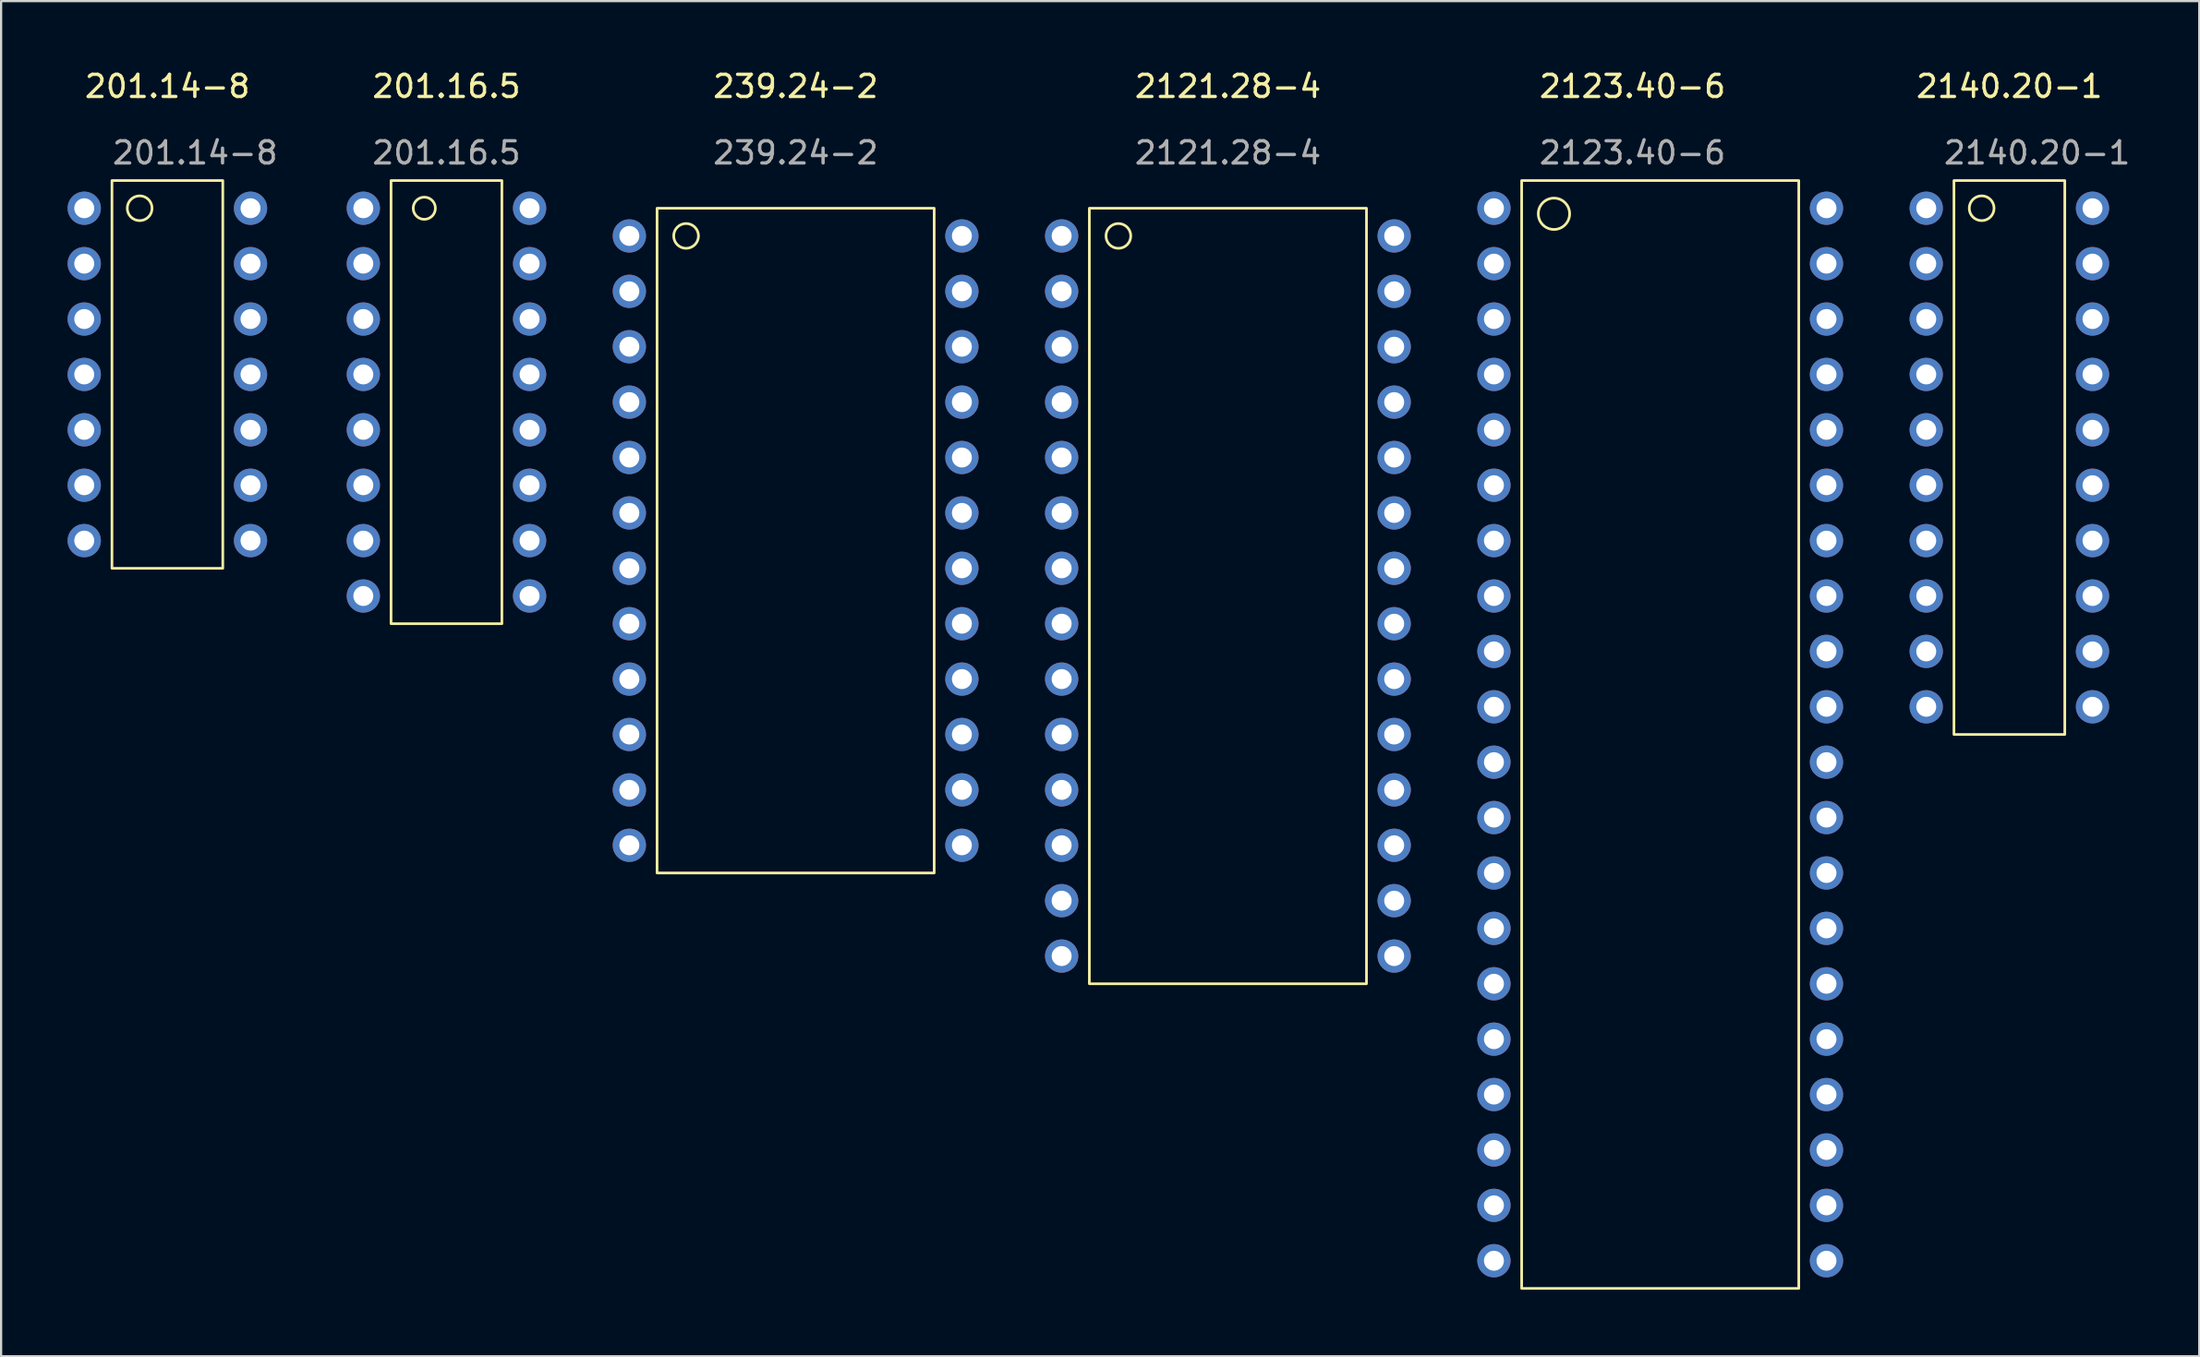
<source format=kicad_pcb>
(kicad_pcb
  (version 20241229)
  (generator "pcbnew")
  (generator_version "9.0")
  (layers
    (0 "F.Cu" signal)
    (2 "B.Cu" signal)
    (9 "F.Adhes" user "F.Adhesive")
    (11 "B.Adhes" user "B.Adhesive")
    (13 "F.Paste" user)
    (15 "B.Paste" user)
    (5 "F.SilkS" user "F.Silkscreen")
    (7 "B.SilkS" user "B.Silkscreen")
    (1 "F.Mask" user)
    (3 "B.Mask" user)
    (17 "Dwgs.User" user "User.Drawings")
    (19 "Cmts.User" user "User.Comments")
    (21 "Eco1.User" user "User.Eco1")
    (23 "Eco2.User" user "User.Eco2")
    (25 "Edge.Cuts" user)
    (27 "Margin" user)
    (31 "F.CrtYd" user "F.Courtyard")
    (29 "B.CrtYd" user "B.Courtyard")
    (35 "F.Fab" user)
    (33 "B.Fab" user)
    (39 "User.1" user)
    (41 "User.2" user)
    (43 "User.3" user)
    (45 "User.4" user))
  (footprint "2140.20-1"
    (layer "F.Cu")
    (at 87.589 1.348)
    (property "Reference" "2140.20-1" (at 0 -0.5 0) (unlocked yes) (layer "F.SilkS") (effects (font (size 1 1) (thickness 0.15))))
    (attr through_hole)
    (fp_rect (start -2.5 3.75) (end 2.5 28.75) (stroke (width 0.12) (type solid)) (fill no) (layer "F.SilkS"))
    (fp_circle (center -1.25 5) (end -0.75 5.25) (stroke (width 0.12) (type solid)) (fill no) (layer "F.SilkS"))
    (fp_text user "${REFERENCE}" (at 1.25 2.5 0) (unlocked yes) (layer "F.Fab") (effects (font (size 1 1) (thickness 0.15))))
    (pad "1" thru_hole circle (at -3.75 5) (size 1.5 1.5) (drill 0.9) (layers "*.Cu" "*.Mask"))
    (pad "2" thru_hole circle (at -3.75 7.5) (size 1.5 1.5) (drill 0.9) (layers "*.Cu" "*.Mask"))
    (pad "3" thru_hole circle (at -3.75 10) (size 1.5 1.5) (drill 0.9) (layers "*.Cu" "*.Mask"))
    (pad "4" thru_hole circle (at -3.75 12.5) (size 1.5 1.5) (drill 0.9) (layers "*.Cu" "*.Mask"))
    (pad "5" thru_hole circle (at -3.75 15) (size 1.5 1.5) (drill 0.9) (layers "*.Cu" "*.Mask"))
    (pad "6" thru_hole circle (at -3.75 17.5) (size 1.5 1.5) (drill 0.9) (layers "*.Cu" "*.Mask"))
    (pad "7" thru_hole circle (at -3.75 20) (size 1.5 1.5) (drill 0.9) (layers "*.Cu" "*.Mask"))
    (pad "8" thru_hole circle (at -3.75 22.5) (size 1.5 1.5) (drill 0.9) (layers "*.Cu" "*.Mask"))
    (pad "9" thru_hole circle (at -3.75 25) (size 1.5 1.5) (drill 0.9) (layers "*.Cu" "*.Mask"))
    (pad "10" thru_hole circle (at -3.75 27.5) (size 1.5 1.5) (drill 0.9) (layers "*.Cu" "*.Mask"))
    (pad "11" thru_hole circle (at 3.75 27.5) (size 1.5 1.5) (drill 0.9) (layers "*.Cu" "*.Mask"))
    (pad "12" thru_hole circle (at 3.75 25) (size 1.5 1.5) (drill 0.9) (layers "*.Cu" "*.Mask"))
    (pad "13" thru_hole circle (at 3.75 22.5) (size 1.5 1.5) (drill 0.9) (layers "*.Cu" "*.Mask"))
    (pad "14" thru_hole circle (at 3.75 20) (size 1.5 1.5) (drill 0.9) (layers "*.Cu" "*.Mask"))
    (pad "15" thru_hole circle (at 3.75 17.5) (size 1.5 1.5) (drill 0.9) (layers "*.Cu" "*.Mask"))
    (pad "16" thru_hole circle (at 3.75 15) (size 1.5 1.5) (drill 0.9) (layers "*.Cu" "*.Mask"))
    (pad "17" thru_hole circle (at 3.75 12.5) (size 1.5 1.5) (drill 0.9) (layers "*.Cu" "*.Mask"))
    (pad "18" thru_hole circle (at 3.75 10) (size 1.5 1.5) (drill 0.9) (layers "*.Cu" "*.Mask"))
    (pad "19" thru_hole circle (at 3.75 7.5) (size 1.5 1.5) (drill 0.9) (layers "*.Cu" "*.Mask"))
    (pad "20" thru_hole circle (at 3.75 5) (size 1.5 1.5) (drill 0.9) (layers "*.Cu" "*.Mask")))
  (footprint "239.24-2"
    (layer "F.Cu")
    (at 32.839 1.348)
    (property "Reference" "239.24-2" (at 0 -0.5 0) (unlocked yes) (layer "F.SilkS") (effects (font (size 1 1) (thickness 0.15))))
    (attr through_hole)
    (fp_rect (start -6.25 5) (end 6.25 35) (stroke (width 0.12) (type solid)) (fill no) (layer "F.SilkS"))
    (fp_circle (center -4.941 6.25) (end -4.691 6.75) (stroke (width 0.12) (type solid)) (fill no) (layer "F.SilkS"))
    (fp_text user "${REFERENCE}" (at 0 2.5 0) (unlocked yes) (layer "F.Fab") (effects (font (size 1 1) (thickness 0.15))))
    (pad "1" thru_hole circle (at -7.5 6.25) (size 1.5 1.5) (drill 0.9) (layers "*.Cu" "*.Mask"))
    (pad "2" thru_hole circle (at -7.5 8.75) (size 1.5 1.5) (drill 0.9) (layers "*.Cu" "*.Mask"))
    (pad "3" thru_hole circle (at -7.5 11.25) (size 1.5 1.5) (drill 0.9) (layers "*.Cu" "*.Mask"))
    (pad "4" thru_hole circle (at -7.5 13.75) (size 1.5 1.5) (drill 0.9) (layers "*.Cu" "*.Mask"))
    (pad "5" thru_hole circle (at -7.5 16.25) (size 1.5 1.5) (drill 0.9) (layers "*.Cu" "*.Mask"))
    (pad "6" thru_hole circle (at -7.5 18.75) (size 1.5 1.5) (drill 0.9) (layers "*.Cu" "*.Mask"))
    (pad "7" thru_hole circle (at -7.5 21.25) (size 1.5 1.5) (drill 0.9) (layers "*.Cu" "*.Mask"))
    (pad "8" thru_hole circle (at -7.5 23.75) (size 1.5 1.5) (drill 0.9) (layers "*.Cu" "*.Mask"))
    (pad "9" thru_hole circle (at -7.5 26.25) (size 1.5 1.5) (drill 0.9) (layers "*.Cu" "*.Mask"))
    (pad "10" thru_hole circle (at -7.5 28.75) (size 1.5 1.5) (drill 0.9) (layers "*.Cu" "*.Mask"))
    (pad "11" thru_hole circle (at -7.5 31.25) (size 1.5 1.5) (drill 0.9) (layers "*.Cu" "*.Mask"))
    (pad "12" thru_hole circle (at -7.5 33.75) (size 1.5 1.5) (drill 0.9) (layers "*.Cu" "*.Mask"))
    (pad "13" thru_hole circle (at 7.5 33.75) (size 1.5 1.5) (drill 0.9) (layers "*.Cu" "*.Mask"))
    (pad "14" thru_hole circle (at 7.5 31.25) (size 1.5 1.5) (drill 0.9) (layers "*.Cu" "*.Mask"))
    (pad "15" thru_hole circle (at 7.5 28.75) (size 1.5 1.5) (drill 0.9) (layers "*.Cu" "*.Mask"))
    (pad "16" thru_hole circle (at 7.5 26.25) (size 1.5 1.5) (drill 0.9) (layers "*.Cu" "*.Mask"))
    (pad "17" thru_hole circle (at 7.5 23.75) (size 1.5 1.5) (drill 0.9) (layers "*.Cu" "*.Mask"))
    (pad "18" thru_hole circle (at 7.5 21.25) (size 1.5 1.5) (drill 0.9) (layers "*.Cu" "*.Mask"))
    (pad "19" thru_hole circle (at 7.5 18.75) (size 1.5 1.5) (drill 0.9) (layers "*.Cu" "*.Mask"))
    (pad "20" thru_hole circle (at 7.5 16.25) (size 1.5 1.5) (drill 0.9) (layers "*.Cu" "*.Mask"))
    (pad "21" thru_hole circle (at 7.5 13.75) (size 1.5 1.5) (drill 0.9) (layers "*.Cu" "*.Mask"))
    (pad "22" thru_hole circle (at 7.5 11.25) (size 1.5 1.5) (drill 0.9) (layers "*.Cu" "*.Mask"))
    (pad "23" thru_hole circle (at 7.5 8.75) (size 1.5 1.5) (drill 0.9) (layers "*.Cu" "*.Mask"))
    (pad "24" thru_hole circle (at 7.5 6.25) (size 1.5 1.5) (drill 0.9) (layers "*.Cu" "*.Mask")))
  (footprint "201.16.5"
    (layer "F.Cu")
    (at 17.089 1.348)
    (property "Reference" "201.16.5" (at 0 -0.5 0) (unlocked yes) (layer "F.SilkS") (effects (font (size 1 1) (thickness 0.15))))
    (attr through_hole)
    (fp_rect (start -2.5 3.75) (end 2.5 23.75) (stroke (width 0.12) (type solid)) (fill no) (layer "F.SilkS"))
    (fp_circle (center -1 5) (end -1 5.5) (stroke (width 0.12) (type solid)) (fill no) (layer "F.SilkS"))
    (fp_text user "${REFERENCE}" (at 0 2.5 0) (unlocked yes) (layer "F.Fab") (effects (font (size 1 1) (thickness 0.15))))
    (pad "1" thru_hole circle (at -3.75 5) (size 1.5 1.5) (drill 0.9) (layers "*.Cu" "*.Mask"))
    (pad "2" thru_hole circle (at -3.75 7.5) (size 1.5 1.5) (drill 0.9) (layers "*.Cu" "*.Mask"))
    (pad "3" thru_hole circle (at -3.75 10) (size 1.5 1.5) (drill 0.9) (layers "*.Cu" "*.Mask"))
    (pad "4" thru_hole circle (at -3.75 12.5) (size 1.5 1.5) (drill 0.9) (layers "*.Cu" "*.Mask"))
    (pad "5" thru_hole circle (at -3.75 15) (size 1.5 1.5) (drill 0.9) (layers "*.Cu" "*.Mask"))
    (pad "6" thru_hole circle (at -3.75 17.5) (size 1.5 1.5) (drill 0.9) (layers "*.Cu" "*.Mask"))
    (pad "7" thru_hole circle (at -3.75 20) (size 1.5 1.5) (drill 0.9) (layers "*.Cu" "*.Mask"))
    (pad "8" thru_hole circle (at -3.75 22.5) (size 1.5 1.5) (drill 0.9) (layers "*.Cu" "*.Mask"))
    (pad "9" thru_hole circle (at 3.75 22.5) (size 1.5 1.5) (drill 0.9) (layers "*.Cu" "*.Mask"))
    (pad "10" thru_hole circle (at 3.75 20) (size 1.5 1.5) (drill 0.9) (layers "*.Cu" "*.Mask"))
    (pad "11" thru_hole circle (at 3.75 17.5) (size 1.5 1.5) (drill 0.9) (layers "*.Cu" "*.Mask"))
    (pad "12" thru_hole circle (at 3.75 15) (size 1.5 1.5) (drill 0.9) (layers "*.Cu" "*.Mask"))
    (pad "13" thru_hole circle (at 3.75 12.5) (size 1.5 1.5) (drill 0.9) (layers "*.Cu" "*.Mask"))
    (pad "14" thru_hole circle (at 3.75 10) (size 1.5 1.5) (drill 0.9) (layers "*.Cu" "*.Mask"))
    (pad "15" thru_hole circle (at 3.75 7.5) (size 1.5 1.5) (drill 0.9) (layers "*.Cu" "*.Mask"))
    (pad "16" thru_hole circle (at 3.75 5) (size 1.5 1.5) (drill 0.9) (layers "*.Cu" "*.Mask")))
  (footprint "201.14-8"
    (layer "F.Cu")
    (at 4.5 1.348)
    (property "Reference" "201.14-8" (at 0 -0.5 0) (unlocked yes) (layer "F.SilkS") (effects (font (size 1 1) (thickness 0.15))))
    (attr through_hole)
    (fp_rect (start -2.5 3.75) (end 2.5 21.25) (stroke (width 0.12) (type solid)) (fill no) (layer "F.SilkS"))
    (fp_circle (center -1.25 5) (end -0.75 5.25) (stroke (width 0.12) (type solid)) (fill no) (layer "F.SilkS"))
    (fp_text user "${REFERENCE}" (at 1.25 2.5 0) (unlocked yes) (layer "F.Fab") (effects (font (size 1 1) (thickness 0.15))))
    (pad "1" thru_hole circle (at -3.75 5) (size 1.5 1.5) (drill 0.9) (layers "*.Cu" "*.Mask"))
    (pad "2" thru_hole circle (at -3.75 7.5) (size 1.5 1.5) (drill 0.9) (layers "*.Cu" "*.Mask"))
    (pad "3" thru_hole circle (at -3.75 10) (size 1.5 1.5) (drill 0.9) (layers "*.Cu" "*.Mask"))
    (pad "4" thru_hole circle (at -3.75 12.5) (size 1.5 1.5) (drill 0.9) (layers "*.Cu" "*.Mask"))
    (pad "5" thru_hole circle (at -3.75 15) (size 1.5 1.5) (drill 0.9) (layers "*.Cu" "*.Mask"))
    (pad "6" thru_hole circle (at -3.75 17.5) (size 1.5 1.5) (drill 0.9) (layers "*.Cu" "*.Mask"))
    (pad "7" thru_hole circle (at -3.75 20) (size 1.5 1.5) (drill 0.9) (layers "*.Cu" "*.Mask"))
    (pad "8" thru_hole circle (at 3.75 20) (size 1.5 1.5) (drill 0.9) (layers "*.Cu" "*.Mask"))
    (pad "9" thru_hole circle (at 3.75 17.5) (size 1.5 1.5) (drill 0.9) (layers "*.Cu" "*.Mask"))
    (pad "10" thru_hole circle (at 3.75 15) (size 1.5 1.5) (drill 0.9) (layers "*.Cu" "*.Mask"))
    (pad "11" thru_hole circle (at 3.75 12.5) (size 1.5 1.5) (drill 0.9) (layers "*.Cu" "*.Mask"))
    (pad "12" thru_hole circle (at 3.75 10) (size 1.5 1.5) (drill 0.9) (layers "*.Cu" "*.Mask"))
    (pad "13" thru_hole circle (at 3.75 7.5) (size 1.5 1.5) (drill 0.9) (layers "*.Cu" "*.Mask"))
    (pad "14" thru_hole circle (at 3.75 5) (size 1.5 1.5) (drill 0.9) (layers "*.Cu" "*.Mask")))
  (footprint "2121.28-4"
    (layer "F.Cu")
    (at 52.339 1.348)
    (property "Reference" "2121.28-4" (at 0 -0.5 0) (unlocked yes) (layer "F.SilkS") (effects (font (size 1 1) (thickness 0.15))))
    (attr through_hole)
    (fp_rect (start -6.25 5) (end 6.25 40) (stroke (width 0.12) (type solid)) (fill no) (layer "F.SilkS"))
    (fp_circle (center -4.941 6.25) (end -4.691 6.75) (stroke (width 0.12) (type solid)) (fill no) (layer "F.SilkS"))
    (fp_text user "${REFERENCE}" (at 0 2.5 0) (unlocked yes) (layer "F.Fab") (effects (font (size 1 1) (thickness 0.15))))
    (pad "1" thru_hole circle (at -7.5 6.25) (size 1.5 1.5) (drill 0.9) (layers "*.Cu" "*.Mask"))
    (pad "2" thru_hole circle (at -7.5 8.75) (size 1.5 1.5) (drill 0.9) (layers "*.Cu" "*.Mask"))
    (pad "3" thru_hole circle (at -7.5 11.25) (size 1.5 1.5) (drill 0.9) (layers "*.Cu" "*.Mask"))
    (pad "4" thru_hole circle (at -7.5 13.75) (size 1.5 1.5) (drill 0.9) (layers "*.Cu" "*.Mask"))
    (pad "5" thru_hole circle (at -7.5 16.25) (size 1.5 1.5) (drill 0.9) (layers "*.Cu" "*.Mask"))
    (pad "6" thru_hole circle (at -7.5 18.75) (size 1.5 1.5) (drill 0.9) (layers "*.Cu" "*.Mask"))
    (pad "7" thru_hole circle (at -7.5 21.25) (size 1.5 1.5) (drill 0.9) (layers "*.Cu" "*.Mask"))
    (pad "8" thru_hole circle (at -7.5 23.75) (size 1.5 1.5) (drill 0.9) (layers "*.Cu" "*.Mask"))
    (pad "9" thru_hole circle (at -7.5 26.25) (size 1.5 1.5) (drill 0.9) (layers "*.Cu" "*.Mask"))
    (pad "10" thru_hole circle (at -7.5 28.75) (size 1.5 1.5) (drill 0.9) (layers "*.Cu" "*.Mask"))
    (pad "11" thru_hole circle (at -7.5 31.25) (size 1.5 1.5) (drill 0.9) (layers "*.Cu" "*.Mask"))
    (pad "12" thru_hole circle (at -7.5 33.75) (size 1.5 1.5) (drill 0.9) (layers "*.Cu" "*.Mask"))
    (pad "13" thru_hole circle (at -7.5 36.25) (size 1.5 1.5) (drill 0.9) (layers "*.Cu" "*.Mask"))
    (pad "14" thru_hole circle (at -7.5 38.75) (size 1.5 1.5) (drill 0.9) (layers "*.Cu" "*.Mask"))
    (pad "15" thru_hole circle (at 7.5 38.75) (size 1.5 1.5) (drill 0.9) (layers "*.Cu" "*.Mask"))
    (pad "16" thru_hole circle (at 7.5 36.25) (size 1.5 1.5) (drill 0.9) (layers "*.Cu" "*.Mask"))
    (pad "17" thru_hole circle (at 7.5 33.75) (size 1.5 1.5) (drill 0.9) (layers "*.Cu" "*.Mask"))
    (pad "18" thru_hole circle (at 7.5 31.25) (size 1.5 1.5) (drill 0.9) (layers "*.Cu" "*.Mask"))
    (pad "19" thru_hole circle (at 7.5 28.75) (size 1.5 1.5) (drill 0.9) (layers "*.Cu" "*.Mask"))
    (pad "20" thru_hole circle (at 7.5 26.25) (size 1.5 1.5) (drill 0.9) (layers "*.Cu" "*.Mask"))
    (pad "21" thru_hole circle (at 7.5 23.75) (size 1.5 1.5) (drill 0.9) (layers "*.Cu" "*.Mask"))
    (pad "22" thru_hole circle (at 7.5 21.25) (size 1.5 1.5) (drill 0.9) (layers "*.Cu" "*.Mask"))
    (pad "23" thru_hole circle (at 7.5 18.75) (size 1.5 1.5) (drill 0.9) (layers "*.Cu" "*.Mask"))
    (pad "24" thru_hole circle (at 7.5 16.25) (size 1.5 1.5) (drill 0.9) (layers "*.Cu" "*.Mask"))
    (pad "25" thru_hole circle (at 7.5 13.75) (size 1.5 1.5) (drill 0.9) (layers "*.Cu" "*.Mask"))
    (pad "26" thru_hole circle (at 7.5 11.25) (size 1.5 1.5) (drill 0.9) (layers "*.Cu" "*.Mask"))
    (pad "27" thru_hole circle (at 7.5 8.75) (size 1.5 1.5) (drill 0.9) (layers "*.Cu" "*.Mask"))
    (pad "28" thru_hole circle (at 7.5 6.25) (size 1.5 1.5) (drill 0.9) (layers "*.Cu" "*.Mask")))
  (footprint "2123.40-6"
    (layer "F.Cu")
    (at 70.589 1.348)
    (property "Reference" "2123.40-6" (at 0 -0.5 0) (unlocked yes) (layer "F.SilkS") (effects (font (size 1 1) (thickness 0.15))))
    (attr through_hole)
    (fp_rect (start -5 3.75) (end 7.5 53.75) (stroke (width 0.12) (type solid)) (fill no) (layer "F.SilkS"))
    (fp_circle (center -3.543 5.25) (end -3.043 5.75) (stroke (width 0.12) (type solid)) (fill no) (layer "F.SilkS"))
    (fp_text user "${REFERENCE}" (at 0 2.5 0) (unlocked yes) (layer "F.Fab") (effects (font (size 1 1) (thickness 0.15))))
    (pad "1" thru_hole circle (at -6.25 5) (size 1.5 1.5) (drill 0.9) (layers "*.Cu" "*.Mask"))
    (pad "2" thru_hole circle (at -6.25 7.5) (size 1.5 1.5) (drill 0.9) (layers "*.Cu" "*.Mask"))
    (pad "3" thru_hole circle (at -6.25 10) (size 1.5 1.5) (drill 0.9) (layers "*.Cu" "*.Mask"))
    (pad "4" thru_hole circle (at -6.25 12.5) (size 1.5 1.5) (drill 0.9) (layers "*.Cu" "*.Mask"))
    (pad "5" thru_hole circle (at -6.25 15) (size 1.5 1.5) (drill 0.9) (layers "*.Cu" "*.Mask"))
    (pad "6" thru_hole circle (at -6.25 17.5) (size 1.5 1.5) (drill 0.9) (layers "*.Cu" "*.Mask"))
    (pad "7" thru_hole circle (at -6.25 20) (size 1.5 1.5) (drill 0.9) (layers "*.Cu" "*.Mask"))
    (pad "8" thru_hole circle (at -6.25 22.5) (size 1.5 1.5) (drill 0.9) (layers "*.Cu" "*.Mask"))
    (pad "9" thru_hole circle (at -6.25 25) (size 1.5 1.5) (drill 0.9) (layers "*.Cu" "*.Mask"))
    (pad "10" thru_hole circle (at -6.25 27.5) (size 1.5 1.5) (drill 0.9) (layers "*.Cu" "*.Mask"))
    (pad "11" thru_hole circle (at -6.25 30) (size 1.5 1.5) (drill 0.9) (layers "*.Cu" "*.Mask"))
    (pad "12" thru_hole circle (at -6.25 32.5) (size 1.5 1.5) (drill 0.9) (layers "*.Cu" "*.Mask"))
    (pad "13" thru_hole circle (at -6.25 35) (size 1.5 1.5) (drill 0.9) (layers "*.Cu" "*.Mask"))
    (pad "14" thru_hole circle (at -6.25 37.5) (size 1.5 1.5) (drill 0.9) (layers "*.Cu" "*.Mask"))
    (pad "15" thru_hole circle (at -6.25 40) (size 1.5 1.5) (drill 0.9) (layers "*.Cu" "*.Mask"))
    (pad "16" thru_hole circle (at -6.25 42.5) (size 1.5 1.5) (drill 0.9) (layers "*.Cu" "*.Mask"))
    (pad "17" thru_hole circle (at -6.25 45) (size 1.5 1.5) (drill 0.9) (layers "*.Cu" "*.Mask"))
    (pad "18" thru_hole circle (at -6.25 47.5) (size 1.5 1.5) (drill 0.9) (layers "*.Cu" "*.Mask"))
    (pad "19" thru_hole circle (at -6.25 50) (size 1.5 1.5) (drill 0.9) (layers "*.Cu" "*.Mask"))
    (pad "20" thru_hole circle (at -6.25 52.5) (size 1.5 1.5) (drill 0.9) (layers "*.Cu" "*.Mask"))
    (pad "21" thru_hole circle (at 8.75 52.5) (size 1.5 1.5) (drill 0.9) (layers "*.Cu" "*.Mask"))
    (pad "22" thru_hole circle (at 8.75 50) (size 1.5 1.5) (drill 0.9) (layers "*.Cu" "*.Mask"))
    (pad "23" thru_hole circle (at 8.75 47.5) (size 1.5 1.5) (drill 0.9) (layers "*.Cu" "*.Mask"))
    (pad "24" thru_hole circle (at 8.75 45) (size 1.5 1.5) (drill 0.9) (layers "*.Cu" "*.Mask"))
    (pad "25" thru_hole circle (at 8.75 42.5) (size 1.5 1.5) (drill 0.9) (layers "*.Cu" "*.Mask"))
    (pad "26" thru_hole circle (at 8.75 40) (size 1.5 1.5) (drill 0.9) (layers "*.Cu" "*.Mask"))
    (pad "27" thru_hole circle (at 8.75 37.5) (size 1.5 1.5) (drill 0.9) (layers "*.Cu" "*.Mask"))
    (pad "28" thru_hole circle (at 8.75 35) (size 1.5 1.5) (drill 0.9) (layers "*.Cu" "*.Mask"))
    (pad "29" thru_hole circle (at 8.75 32.5) (size 1.5 1.5) (drill 0.9) (layers "*.Cu" "*.Mask"))
    (pad "30" thru_hole circle (at 8.75 30) (size 1.5 1.5) (drill 0.9) (layers "*.Cu" "*.Mask"))
    (pad "31" thru_hole circle (at 8.75 27.5) (size 1.5 1.5) (drill 0.9) (layers "*.Cu" "*.Mask"))
    (pad "32" thru_hole circle (at 8.75 25) (size 1.5 1.5) (drill 0.9) (layers "*.Cu" "*.Mask"))
    (pad "33" thru_hole circle (at 8.75 22.5) (size 1.5 1.5) (drill 0.9) (layers "*.Cu" "*.Mask"))
    (pad "34" thru_hole circle (at 8.75 20) (size 1.5 1.5) (drill 0.9) (layers "*.Cu" "*.Mask"))
    (pad "35" thru_hole circle (at 8.75 17.5) (size 1.5 1.5) (drill 0.9) (layers "*.Cu" "*.Mask"))
    (pad "36" thru_hole circle (at 8.75 15) (size 1.5 1.5) (drill 0.9) (layers "*.Cu" "*.Mask"))
    (pad "37" thru_hole circle (at 8.75 12.5) (size 1.5 1.5) (drill 0.9) (layers "*.Cu" "*.Mask"))
    (pad "38" thru_hole circle (at 8.75 10) (size 1.5 1.5) (drill 0.9) (layers "*.Cu" "*.Mask"))
    (pad "39" thru_hole circle (at 8.75 7.5) (size 1.5 1.5) (drill 0.9) (layers "*.Cu" "*.Mask"))
    (pad "40" thru_hole circle (at 8.75 5) (size 1.5 1.5) (drill 0.9) (layers "*.Cu" "*.Mask")))
  (gr_rect
    (start -3 -3)
    (end 96.155 58.158)
    (stroke (width 0.1) (type default))
    (fill no)
    (layer "Edge.Cuts")))
</source>
